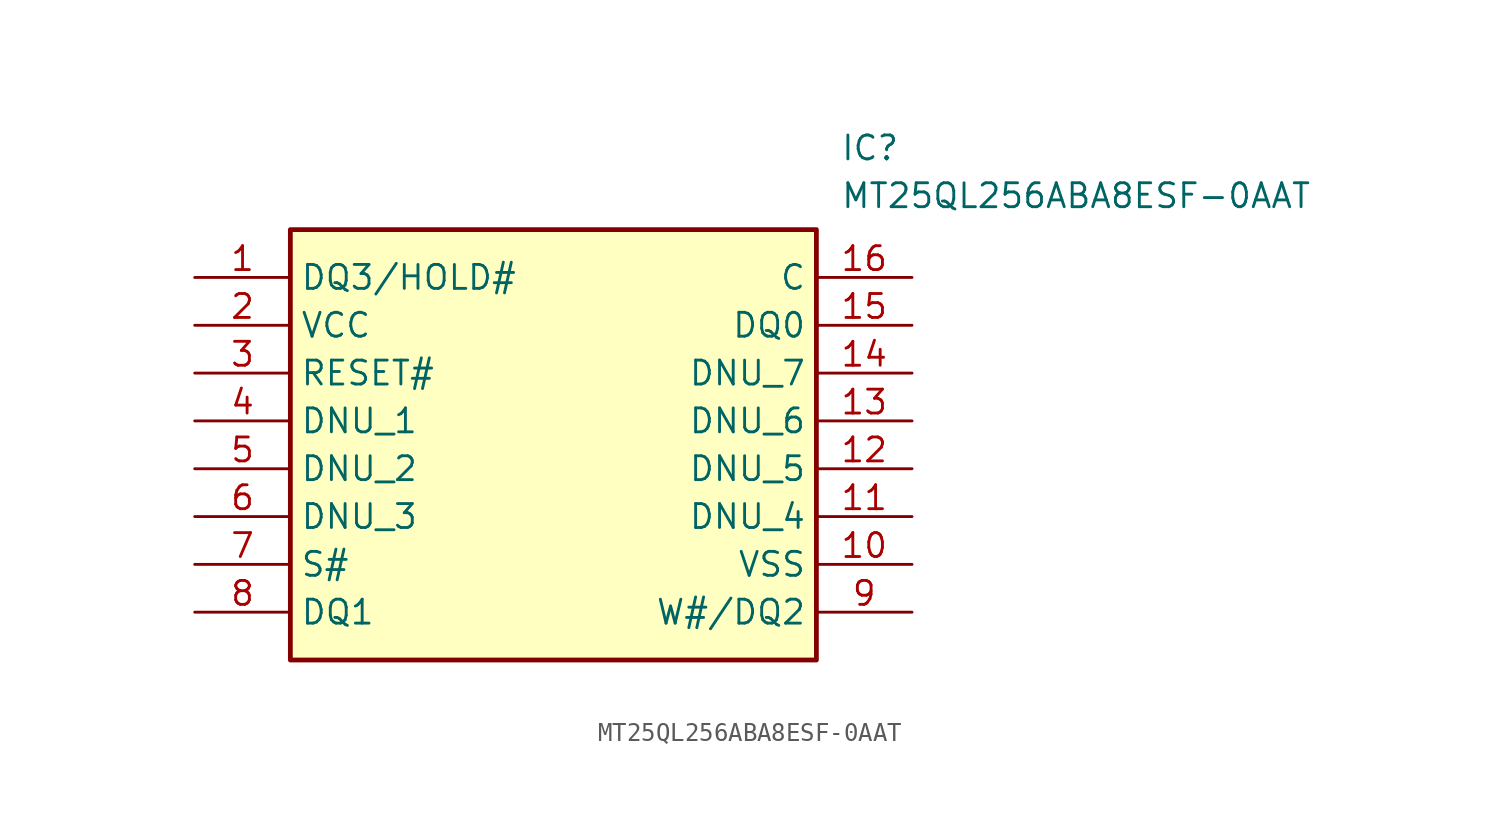
<source format=kicad_sym>
(kicad_symbol_lib
  (version 20211014)
  (generator SamacSys_ECAD_Model)
  (symbol "MT25QL256ABA8ESF-0AAT"
    (property "Reference" "IC"
      (at 34.29 7.62 0)
      (effects (font (size 1.27 1.27)) (justify left top)))
    (property "Value" "MT25QL256ABA8ESF-0AAT"
      (at 34.29 5.08 0)
      (effects (font (size 1.27 1.27)) (justify left top)))
    (rectangle
      (start 5.08 2.54)
      (end 33.02 -20.32)
      (stroke (width 0.254) (type default))
      (fill (type background)))
    (pin passive line
      (at 0 0 0)
      (length 5.08)
      (name "DQ3/HOLD#" (effects (font (size 1.27 1.27))))
      (number "1" (effects (font (size 1.27 1.27)))))
    (pin passive line
      (at 0 -2.54 0)
      (length 5.08)
      (name "VCC" (effects (font (size 1.27 1.27))))
      (number "2" (effects (font (size 1.27 1.27)))))
    (pin passive line
      (at 0 -5.08 0)
      (length 5.08)
      (name "RESET#" (effects (font (size 1.27 1.27))))
      (number "3" (effects (font (size 1.27 1.27)))))
    (pin passive line
      (at 0 -7.62 0)
      (length 5.08)
      (name "DNU_1" (effects (font (size 1.27 1.27))))
      (number "4" (effects (font (size 1.27 1.27)))))
    (pin passive line
      (at 0 -10.16 0)
      (length 5.08)
      (name "DNU_2" (effects (font (size 1.27 1.27))))
      (number "5" (effects (font (size 1.27 1.27)))))
    (pin passive line
      (at 0 -12.7 0)
      (length 5.08)
      (name "DNU_3" (effects (font (size 1.27 1.27))))
      (number "6" (effects (font (size 1.27 1.27)))))
    (pin passive line
      (at 0 -15.24 0)
      (length 5.08)
      (name "S#" (effects (font (size 1.27 1.27))))
      (number "7" (effects (font (size 1.27 1.27)))))
    (pin passive line
      (at 0 -17.78 0)
      (length 5.08)
      (name "DQ1" (effects (font (size 1.27 1.27))))
      (number "8" (effects (font (size 1.27 1.27)))))
    (pin passive line
      (at 38.1 0 180)
      (length 5.08)
      (name "C" (effects (font (size 1.27 1.27))))
      (number "16" (effects (font (size 1.27 1.27)))))
    (pin passive line
      (at 38.1 -2.54 180)
      (length 5.08)
      (name "DQ0" (effects (font (size 1.27 1.27))))
      (number "15" (effects (font (size 1.27 1.27)))))
    (pin passive line
      (at 38.1 -5.08 180)
      (length 5.08)
      (name "DNU_7" (effects (font (size 1.27 1.27))))
      (number "14" (effects (font (size 1.27 1.27)))))
    (pin passive line
      (at 38.1 -7.62 180)
      (length 5.08)
      (name "DNU_6" (effects (font (size 1.27 1.27))))
      (number "13" (effects (font (size 1.27 1.27)))))
    (pin passive line
      (at 38.1 -10.16 180)
      (length 5.08)
      (name "DNU_5" (effects (font (size 1.27 1.27))))
      (number "12" (effects (font (size 1.27 1.27)))))
    (pin passive line
      (at 38.1 -12.7 180)
      (length 5.08)
      (name "DNU_4" (effects (font (size 1.27 1.27))))
      (number "11" (effects (font (size 1.27 1.27)))))
    (pin passive line
      (at 38.1 -15.24 180)
      (length 5.08)
      (name "VSS" (effects (font (size 1.27 1.27))))
      (number "10" (effects (font (size 1.27 1.27)))))
    (pin passive line
      (at 38.1 -17.78 180)
      (length 5.08)
      (name "W#/DQ2" (effects (font (size 1.27 1.27))))
      (number "9" (effects (font (size 1.27 1.27)))))))
</source>
